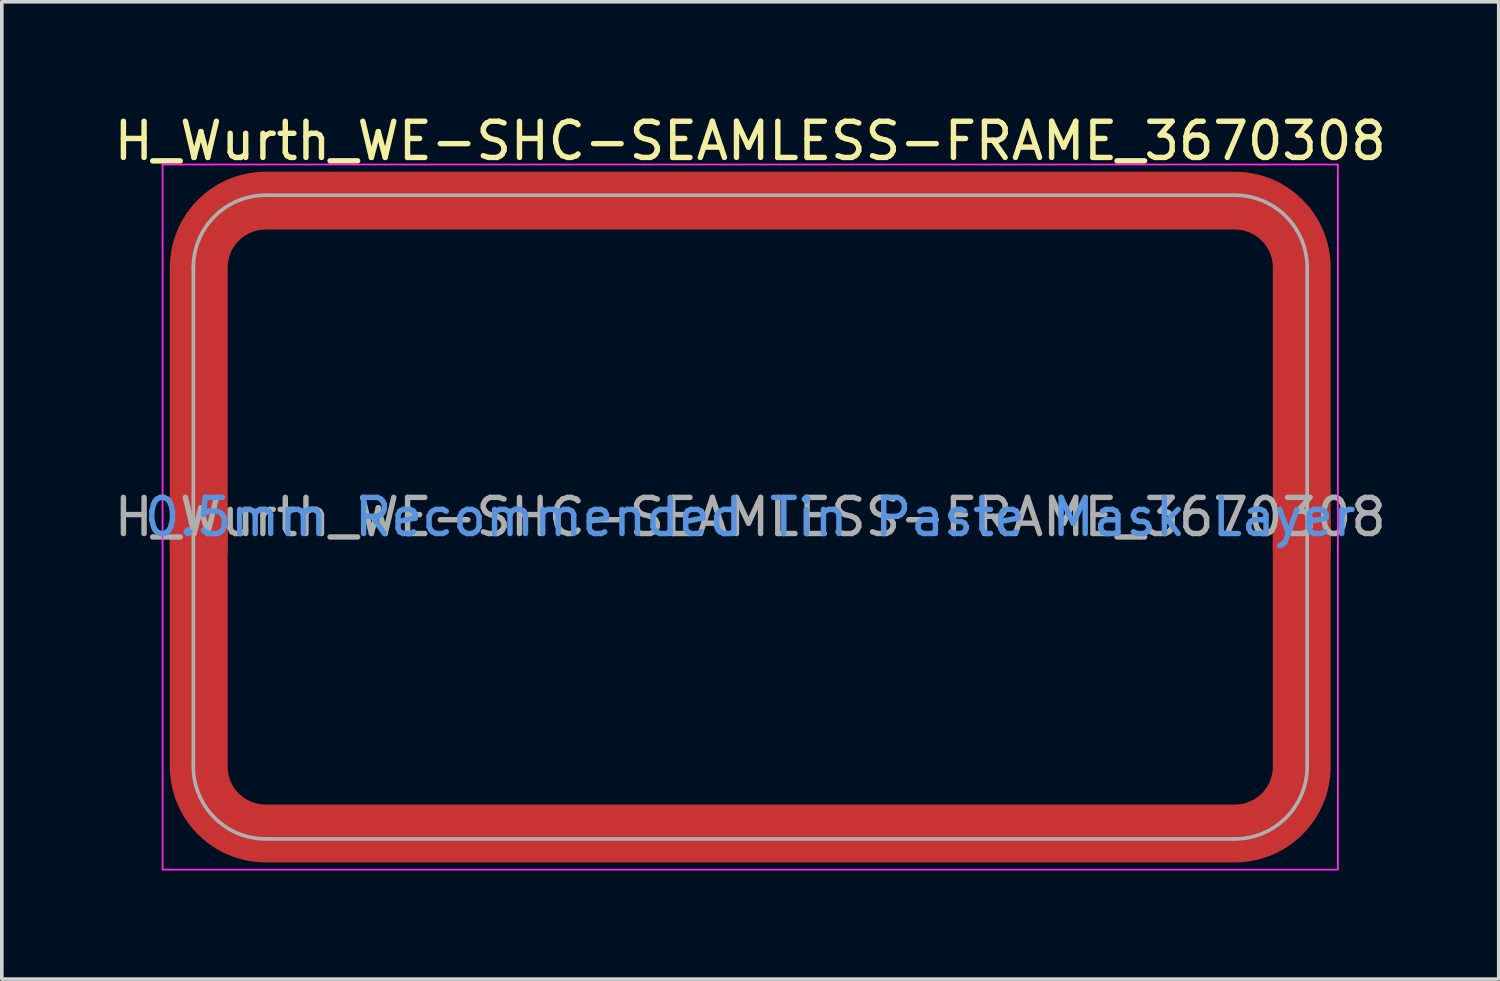
<source format=kicad_pcb>
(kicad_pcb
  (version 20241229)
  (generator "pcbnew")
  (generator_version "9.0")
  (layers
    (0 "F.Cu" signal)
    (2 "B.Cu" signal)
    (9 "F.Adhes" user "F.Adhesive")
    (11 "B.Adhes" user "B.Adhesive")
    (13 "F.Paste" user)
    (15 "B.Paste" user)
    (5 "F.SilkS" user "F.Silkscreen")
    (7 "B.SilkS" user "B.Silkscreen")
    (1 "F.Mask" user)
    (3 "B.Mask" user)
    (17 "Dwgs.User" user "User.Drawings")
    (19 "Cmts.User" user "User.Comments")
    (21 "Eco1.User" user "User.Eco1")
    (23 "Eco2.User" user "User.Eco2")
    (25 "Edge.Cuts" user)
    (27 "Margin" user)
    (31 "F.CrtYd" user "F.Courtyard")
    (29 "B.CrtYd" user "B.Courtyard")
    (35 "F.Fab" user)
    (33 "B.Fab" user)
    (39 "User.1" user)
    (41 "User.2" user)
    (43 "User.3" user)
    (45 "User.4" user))
  (footprint "H_Wurth_WE-SHC-SEAMLESS-FRAME_3670308"
    (layer "F.Cu")
    (at 17.696 11.248)
    (property "Reference" "H_Wurth_WE-SHC-SEAMLESS-FRAME_3670308" (at 0 -10.4 0) (unlocked yes) (layer "F.SilkS") (effects (font (size 1 1) (thickness 0.15))))
    (attr smd)
    (fp_poly (pts (xy 14.5 0.25) (xy 16 0.25) (xy 16 6.9) (xy 15.996 7.036) (xy 15.986 7.172) (xy 15.968 7.307) (xy 15.943 7.441) (xy 15.911 7.573) (xy 15.873 7.703) (xy 15.827 7.832) (xy 15.775 7.958) (xy 15.717 8.08) (xy 15.652 8.2) (xy 15.581 8.316) (xy 15.503 8.428) (xy 15.421 8.536) (xy 15.332 8.64) (xy 15.238 8.738) (xy 15.14 8.832) (xy 15.036 8.921) (xy 14.928 9.003) (xy 14.816 9.081) (xy 14.7 9.152) (xy 14.58 9.217) (xy 14.458 9.275) (xy 14.332 9.327) (xy 14.203 9.373) (xy 14.073 9.411) (xy 13.941 9.443) (xy 13.807 9.468) (xy 13.672 9.486) (xy 13.536 9.496) (xy 13.4 9.5) (xy -13.4 9.5) (xy -13.536 9.496) (xy -13.672 9.486) (xy -13.807 9.468) (xy -13.941 9.443) (xy -14.073 9.411) (xy -14.203 9.373) (xy -14.332 9.327) (xy -14.458 9.275) (xy -14.58 9.217) (xy -14.7 9.152) (xy -14.816 9.081) (xy -14.928 9.003) (xy -15.036 8.921) (xy -15.14 8.832) (xy -15.238 8.738) (xy -15.332 8.64) (xy -15.421 8.536) (xy -15.503 8.428) (xy -15.581 8.316) (xy -15.652 8.2) (xy -15.717 8.08) (xy -15.775 7.958) (xy -15.827 7.832) (xy -15.873 7.703) (xy -15.911 7.573) (xy -15.943 7.441) (xy -15.968 7.307) (xy -15.986 7.172) (xy -15.996 7.036) (xy -16 6.9) (xy -16 0.25) (xy -14.5 0.25) (xy -14.5 6.9) (xy -14.498 6.958) (xy -14.494 7.015) (xy -14.486 7.072) (xy -14.476 7.129) (xy -14.463 7.185) (xy -14.446 7.24) (xy -14.427 7.294) (xy -14.405 7.347) (xy -14.38 7.399) (xy -14.353 7.45) (xy -14.323 7.499) (xy -14.29 7.547) (xy -14.255 7.592) (xy -14.217 7.636) (xy -14.178 7.678) (xy -14.136 7.717) (xy -14.092 7.755) (xy -14.047 7.79) (xy -13.999 7.823) (xy -13.95 7.853) (xy -13.899 7.88) (xy -13.847 7.905) (xy -13.794 7.927) (xy -13.74 7.946) (xy -13.685 7.963) (xy -13.629 7.976) (xy -13.572 7.986) (xy -13.515 7.994) (xy -13.458 7.998) (xy -13.4 8) (xy 13.4 8) (xy 13.458 7.998) (xy 13.515 7.994) (xy 13.572 7.986) (xy 13.629 7.976) (xy 13.685 7.963) (xy 13.74 7.946) (xy 13.794 7.927) (xy 13.847 7.905) (xy 13.899 7.88) (xy 13.95 7.853) (xy 13.999 7.823) (xy 14.047 7.79) (xy 14.092 7.755) (xy 14.136 7.717) (xy 14.178 7.678) (xy 14.217 7.636) (xy 14.255 7.592) (xy 14.29 7.547) (xy 14.323 7.499) (xy 14.353 7.45) (xy 14.38 7.399) (xy 14.405 7.347) (xy 14.427 7.294) (xy 14.446 7.24) (xy 14.463 7.185) (xy 14.476 7.129) (xy 14.486 7.072) (xy 14.494 7.015) (xy 14.498 6.958) (xy 14.5 6.9) (xy 14.5 0.25)) (stroke (width 0.1) (type solid)) (fill yes) (layer "F.Cu"))
    (fp_poly (pts (xy 14.5 0.25) (xy 16 0.25) (xy 16 6.9) (xy 15.996 7.036) (xy 15.986 7.172) (xy 15.968 7.307) (xy 15.943 7.441) (xy 15.911 7.573) (xy 15.873 7.703) (xy 15.827 7.832) (xy 15.775 7.958) (xy 15.717 8.08) (xy 15.652 8.2) (xy 15.581 8.316) (xy 15.503 8.428) (xy 15.421 8.536) (xy 15.332 8.64) (xy 15.238 8.738) (xy 15.14 8.832) (xy 15.036 8.921) (xy 14.928 9.003) (xy 14.816 9.081) (xy 14.7 9.152) (xy 14.58 9.217) (xy 14.458 9.275) (xy 14.332 9.327) (xy 14.203 9.373) (xy 14.073 9.411) (xy 13.941 9.443) (xy 13.807 9.468) (xy 13.672 9.486) (xy 13.536 9.496) (xy 13.4 9.5) (xy -13.4 9.5) (xy -13.536 9.496) (xy -13.672 9.486) (xy -13.807 9.468) (xy -13.941 9.443) (xy -14.073 9.411) (xy -14.203 9.373) (xy -14.332 9.327) (xy -14.458 9.275) (xy -14.58 9.217) (xy -14.7 9.152) (xy -14.816 9.081) (xy -14.928 9.003) (xy -15.036 8.921) (xy -15.14 8.832) (xy -15.238 8.738) (xy -15.332 8.64) (xy -15.421 8.536) (xy -15.503 8.428) (xy -15.581 8.316) (xy -15.652 8.2) (xy -15.717 8.08) (xy -15.775 7.958) (xy -15.827 7.832) (xy -15.873 7.703) (xy -15.911 7.573) (xy -15.943 7.441) (xy -15.968 7.307) (xy -15.986 7.172) (xy -15.996 7.036) (xy -16 6.9) (xy -16 0.25) (xy -14.5 0.25) (xy -14.5 6.9) (xy -14.498 6.958) (xy -14.494 7.015) (xy -14.486 7.072) (xy -14.476 7.129) (xy -14.463 7.185) (xy -14.446 7.24) (xy -14.427 7.294) (xy -14.405 7.347) (xy -14.38 7.399) (xy -14.353 7.45) (xy -14.323 7.499) (xy -14.29 7.547) (xy -14.255 7.592) (xy -14.217 7.636) (xy -14.178 7.678) (xy -14.136 7.717) (xy -14.092 7.755) (xy -14.047 7.79) (xy -13.999 7.823) (xy -13.95 7.853) (xy -13.899 7.88) (xy -13.847 7.905) (xy -13.794 7.927) (xy -13.74 7.946) (xy -13.685 7.963) (xy -13.629 7.976) (xy -13.572 7.986) (xy -13.515 7.994) (xy -13.458 7.998) (xy -13.4 8) (xy 13.4 8) (xy 13.458 7.998) (xy 13.515 7.994) (xy 13.572 7.986) (xy 13.629 7.976) (xy 13.685 7.963) (xy 13.74 7.946) (xy 13.794 7.927) (xy 13.847 7.905) (xy 13.899 7.88) (xy 13.95 7.853) (xy 13.999 7.823) (xy 14.047 7.79) (xy 14.092 7.755) (xy 14.136 7.717) (xy 14.178 7.678) (xy 14.217 7.636) (xy 14.255 7.592) (xy 14.29 7.547) (xy 14.323 7.499) (xy 14.353 7.45) (xy 14.38 7.399) (xy 14.405 7.347) (xy 14.427 7.294) (xy 14.446 7.24) (xy 14.463 7.185) (xy 14.476 7.129) (xy 14.486 7.072) (xy 14.494 7.015) (xy 14.498 6.958) (xy 14.5 6.9) (xy 14.5 0.25)) (stroke (width 0.1) (type solid)) (fill yes) (layer "F.Mask"))
    (fp_poly (pts (xy 14.5 0.25) (xy 16 0.25) (xy 16 6.9) (xy 15.996 7.036) (xy 15.986 7.172) (xy 15.968 7.307) (xy 15.943 7.441) (xy 15.911 7.573) (xy 15.873 7.703) (xy 15.827 7.832) (xy 15.775 7.958) (xy 15.717 8.08) (xy 15.652 8.2) (xy 15.581 8.316) (xy 15.503 8.428) (xy 15.421 8.536) (xy 15.332 8.64) (xy 15.238 8.738) (xy 15.14 8.832) (xy 15.036 8.921) (xy 14.928 9.003) (xy 14.816 9.081) (xy 14.7 9.152) (xy 14.58 9.217) (xy 14.458 9.275) (xy 14.332 9.327) (xy 14.203 9.373) (xy 14.073 9.411) (xy 13.941 9.443) (xy 13.807 9.468) (xy 13.672 9.486) (xy 13.536 9.496) (xy 13.4 9.5) (xy -13.4 9.5) (xy -13.536 9.496) (xy -13.672 9.486) (xy -13.807 9.468) (xy -13.941 9.443) (xy -14.073 9.411) (xy -14.203 9.373) (xy -14.332 9.327) (xy -14.458 9.275) (xy -14.58 9.217) (xy -14.7 9.152) (xy -14.816 9.081) (xy -14.928 9.003) (xy -15.036 8.921) (xy -15.14 8.832) (xy -15.238 8.738) (xy -15.332 8.64) (xy -15.421 8.536) (xy -15.503 8.428) (xy -15.581 8.316) (xy -15.652 8.2) (xy -15.717 8.08) (xy -15.775 7.958) (xy -15.827 7.832) (xy -15.873 7.703) (xy -15.911 7.573) (xy -15.943 7.441) (xy -15.968 7.307) (xy -15.986 7.172) (xy -15.996 7.036) (xy -16 6.9) (xy -16 0.25) (xy -14.5 0.25) (xy -14.5 6.9) (xy -14.498 6.958) (xy -14.494 7.015) (xy -14.486 7.072) (xy -14.476 7.129) (xy -14.463 7.185) (xy -14.446 7.24) (xy -14.427 7.294) (xy -14.405 7.347) (xy -14.38 7.399) (xy -14.353 7.45) (xy -14.323 7.499) (xy -14.29 7.547) (xy -14.255 7.592) (xy -14.217 7.636) (xy -14.178 7.678) (xy -14.136 7.717) (xy -14.092 7.755) (xy -14.047 7.79) (xy -13.999 7.823) (xy -13.95 7.853) (xy -13.899 7.88) (xy -13.847 7.905) (xy -13.794 7.927) (xy -13.74 7.946) (xy -13.685 7.963) (xy -13.629 7.976) (xy -13.572 7.986) (xy -13.515 7.994) (xy -13.458 7.998) (xy -13.4 8) (xy 13.4 8) (xy 13.458 7.998) (xy 13.515 7.994) (xy 13.572 7.986) (xy 13.629 7.976) (xy 13.685 7.963) (xy 13.74 7.946) (xy 13.794 7.927) (xy 13.847 7.905) (xy 13.899 7.88) (xy 13.95 7.853) (xy 13.999 7.823) (xy 14.047 7.79) (xy 14.092 7.755) (xy 14.136 7.717) (xy 14.178 7.678) (xy 14.217 7.636) (xy 14.255 7.592) (xy 14.29 7.547) (xy 14.323 7.499) (xy 14.353 7.45) (xy 14.38 7.399) (xy 14.405 7.347) (xy 14.427 7.294) (xy 14.446 7.24) (xy 14.463 7.185) (xy 14.476 7.129) (xy 14.486 7.072) (xy 14.494 7.015) (xy 14.498 6.958) (xy 14.5 6.9) (xy 14.5 0.25)) (stroke (width 0.1) (type solid)) (fill yes) (layer "F.Paste"))
    (fp_rect (start -16.25 -9.75) (end 16.25 9.75) (stroke (width 0.05) (type solid)) (fill no) (layer "F.CrtYd"))
    (fp_line (start -15.4 6.9) (end -15.4 -6.9) (stroke (width 0.1) (type solid)) (layer "F.Fab"))
    (fp_line (start -13.4 -8.9) (end 13.4 -8.9) (stroke (width 0.1) (type solid)) (layer "F.Fab"))
    (fp_line (start -13.4 8.9) (end 13.4 8.9) (stroke (width 0.1) (type solid)) (layer "F.Fab"))
    (fp_line (start 15.4 6.9) (end 15.4 -6.9) (stroke (width 0.1) (type solid)) (layer "F.Fab"))
    (fp_arc (start -15.4 -6.9) (mid -14.814214 -8.314214) (end -13.4 -8.9) (stroke (width 0.1) (type default)) (layer "F.Fab"))
    (fp_arc (start -13.4 8.9) (mid -14.814214 8.314214) (end -15.4 6.9) (stroke (width 0.1) (type default)) (layer "F.Fab"))
    (fp_arc (start 13.4 -8.9) (mid 14.814214 -8.314214) (end 15.4 -6.9) (stroke (width 0.1) (type default)) (layer "F.Fab"))
    (fp_arc (start 15.4 6.9) (mid 14.814214 8.314214) (end 13.4 8.9) (stroke (width 0.1) (type default)) (layer "F.Fab"))
    (fp_text user "0.5mm Recommended Tin Paste Mask Layer" (at 0 0 0) (unlocked yes) (layer "Cmts.User") (effects (font (size 1 1) (thickness 0.15))))
    (fp_text user "${REFERENCE}" (at 0 0 0) (unlocked yes) (layer "F.Fab") (effects (font (size 1 1) (thickness 0.15))))
    (pad "1" smd custom (at 15.25 0) (size 1.5 13.8) (layers "F.Cu" "F.Mask" "F.Paste") (options (anchor rect)) (primitives (gr_poly (pts (xy -29.75 1) (xy -31.25 1) (xy -31.25 -6.9) (xy -31.246 -7.036) (xy -31.236 -7.172) (xy -31.218 -7.307) (xy -31.193 -7.441) (xy -31.161 -7.573) (xy -31.123 -7.703) (xy -31.077 -7.832) (xy -31.025 -7.958) (xy -30.967 -8.08) (xy -30.902 -8.2) (xy -30.831 -8.316) (xy -30.753 -8.428) (xy -30.671 -8.536) (xy -30.582 -8.64) (xy -30.488 -8.738) (xy -30.39 -8.832) (xy -30.286 -8.921) (xy -30.178 -9.003) (xy -30.066 -9.081) (xy -29.95 -9.152) (xy -29.83 -9.217) (xy -29.708 -9.275) (xy -29.582 -9.327) (xy -29.453 -9.373) (xy -29.323 -9.411) (xy -29.191 -9.443) (xy -29.057 -9.468) (xy -28.922 -9.486) (xy -28.786 -9.496) (xy -28.65 -9.5) (xy -1.85 -9.5) (xy -1.714 -9.496) (xy -1.578 -9.486) (xy -1.443 -9.468) (xy -1.309 -9.443) (xy -1.177 -9.411) (xy -1.047 -9.373) (xy -0.918 -9.327) (xy -0.792 -9.275) (xy -0.67 -9.217) (xy -0.55 -9.152) (xy -0.434 -9.081) (xy -0.322 -9.003) (xy -0.214 -8.921) (xy -0.11 -8.832) (xy -0.012 -8.738) (xy 0.082 -8.64) (xy 0.171 -8.536) (xy 0.253 -8.428) (xy 0.331 -8.316) (xy 0.402 -8.2) (xy 0.467 -8.08) (xy 0.525 -7.958) (xy 0.577 -7.832) (xy 0.623 -7.703) (xy 0.661 -7.573) (xy 0.693 -7.441) (xy 0.718 -7.307) (xy 0.736 -7.172) (xy 0.746 -7.036) (xy 0.75 -6.9) (xy 0.75 1) (xy -0.75 1) (xy -0.75 -6.9) (xy -0.752 -6.958) (xy -0.756 -7.015) (xy -0.764 -7.072) (xy -0.774 -7.129) (xy -0.787 -7.185) (xy -0.804 -7.24) (xy -0.823 -7.294) (xy -0.845 -7.347) (xy -0.87 -7.399) (xy -0.897 -7.45) (xy -0.927 -7.499) (xy -0.96 -7.547) (xy -0.995 -7.592) (xy -1.033 -7.636) (xy -1.072 -7.678) (xy -1.114 -7.717) (xy -1.158 -7.755) (xy -1.203 -7.79) (xy -1.251 -7.823) (xy -1.3 -7.853) (xy -1.351 -7.88) (xy -1.403 -7.905) (xy -1.456 -7.927) (xy -1.51 -7.946) (xy -1.565 -7.963) (xy -1.621 -7.976) (xy -1.678 -7.986) (xy -1.735 -7.994) (xy -1.792 -7.998) (xy -1.85 -8) (xy -28.65 -8) (xy -28.708 -7.998) (xy -28.765 -7.994) (xy -28.822 -7.986) (xy -28.879 -7.976) (xy -28.935 -7.963) (xy -28.99 -7.946) (xy -29.044 -7.927) (xy -29.097 -7.905) (xy -29.149 -7.88) (xy -29.2 -7.853) (xy -29.249 -7.823) (xy -29.297 -7.79) (xy -29.342 -7.755) (xy -29.386 -7.717) (xy -29.428 -7.678) (xy -29.467 -7.636) (xy -29.505 -7.592) (xy -29.54 -7.547) (xy -29.573 -7.499) (xy -29.603 -7.45) (xy -29.63 -7.399) (xy -29.655 -7.347) (xy -29.677 -7.294) (xy -29.696 -7.24) (xy -29.713 -7.185) (xy -29.726 -7.129) (xy -29.736 -7.072) (xy -29.744 -7.015) (xy -29.748 -6.958) (xy -29.75 -6.9) (xy -29.75 1)) (width 0.1) (fill yes)))))
  (gr_rect
    (start -3 -3)
    (end 38.393 24.023)
    (stroke (width 0.1) (type default))
    (fill no)
    (layer "Edge.Cuts")))
</source>
